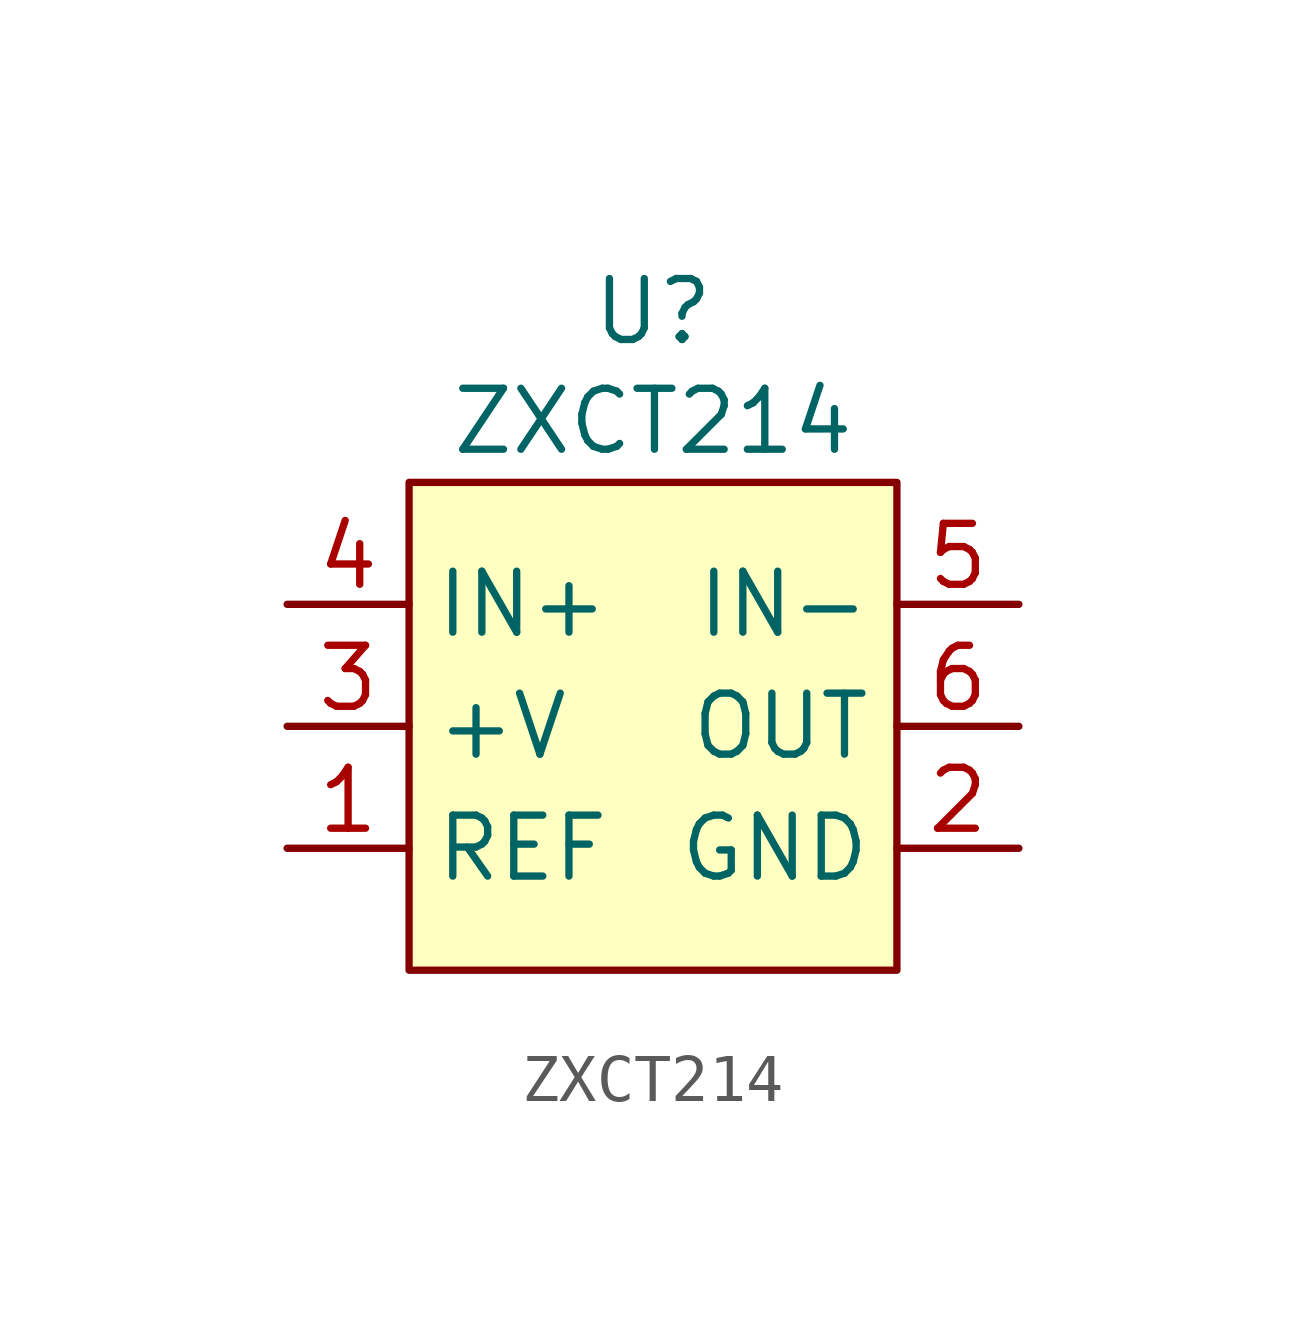
<source format=kicad_sym>
(kicad_symbol_lib
  (version 20241209)
  (generator "kicad_symbol_editor")
  (generator_version "9.0")
  (symbol "ZXCT214"
    (property "Reference" "U"
      (at 0 8.636 0)
      (effects (font (size 1.27 1.27))))
    (property "Value" "ZXCT214"
      (at 0 6.35 0)
      (effects (font (size 1.27 1.27))))
    (symbol "ZXCT214_1_1"
      (rectangle (start -5.08 5.08) (end 5.08 -5.08) (stroke (width 0) (type solid)) (fill (type background)))
      (pin passive line (at -7.62 2.54 0) (length 2.54) (name "IN+" (effects (font (size 1.27 1.27)))) (number "4" (effects (font (size 1.27 1.27)))))
      (pin passive line (at -7.62 0 0) (length 2.54) (name "+V" (effects (font (size 1.27 1.27)))) (number "3" (effects (font (size 1.27 1.27)))))
      (pin passive line (at -7.62 -2.54 0) (length 2.54) (name "REF" (effects (font (size 1.27 1.27)))) (number "1" (effects (font (size 1.27 1.27)))))
      (pin passive line (at 7.62 2.54 180) (length 2.54) (name "IN-" (effects (font (size 1.27 1.27)))) (number "5" (effects (font (size 1.27 1.27)))))
      (pin passive line (at 7.62 0 180) (length 2.54) (name "OUT" (effects (font (size 1.27 1.27)))) (number "6" (effects (font (size 1.27 1.27)))))
      (pin passive line (at 7.62 -2.54 180) (length 2.54) (name "GND" (effects (font (size 1.27 1.27)))) (number "2" (effects (font (size 1.27 1.27))))))))
</source>
